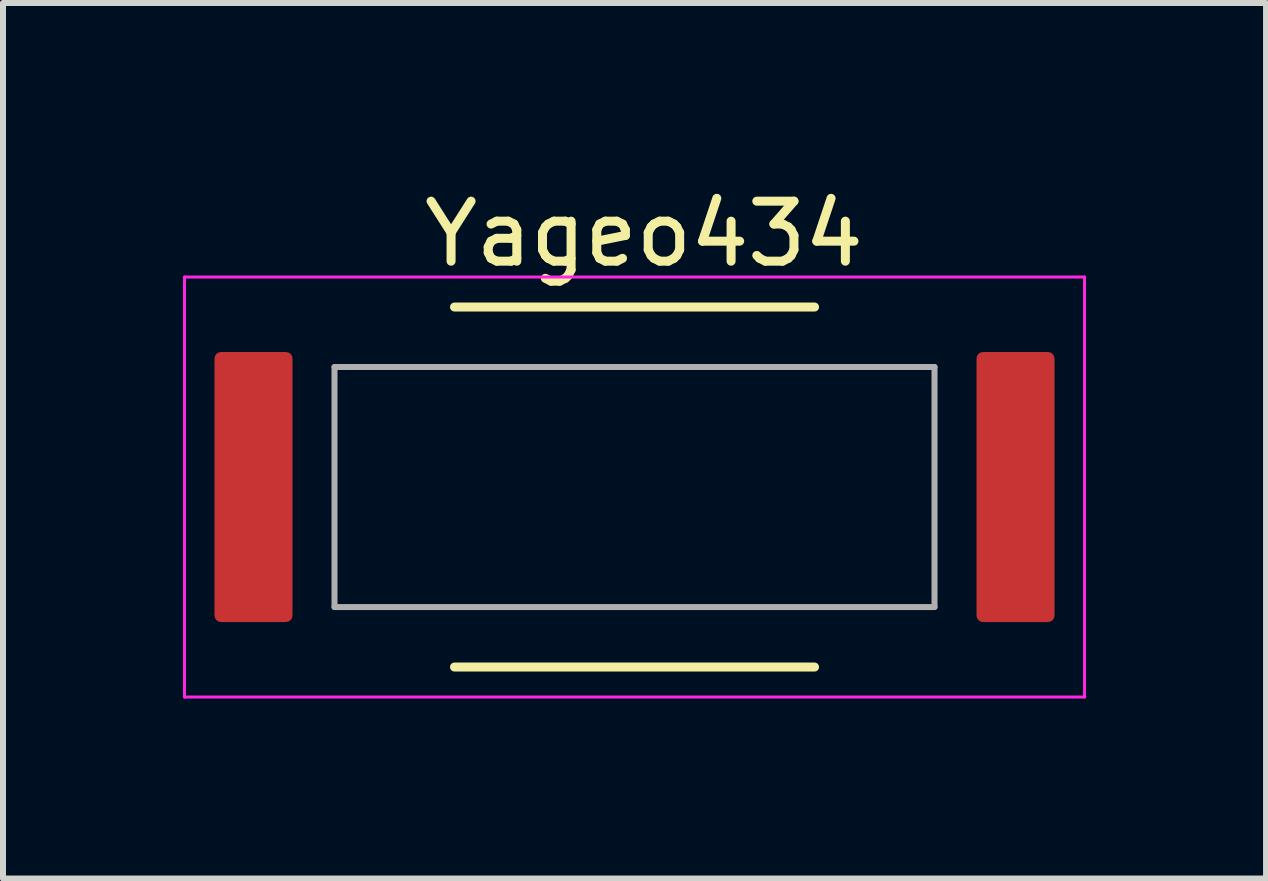
<source format=kicad_pcb>
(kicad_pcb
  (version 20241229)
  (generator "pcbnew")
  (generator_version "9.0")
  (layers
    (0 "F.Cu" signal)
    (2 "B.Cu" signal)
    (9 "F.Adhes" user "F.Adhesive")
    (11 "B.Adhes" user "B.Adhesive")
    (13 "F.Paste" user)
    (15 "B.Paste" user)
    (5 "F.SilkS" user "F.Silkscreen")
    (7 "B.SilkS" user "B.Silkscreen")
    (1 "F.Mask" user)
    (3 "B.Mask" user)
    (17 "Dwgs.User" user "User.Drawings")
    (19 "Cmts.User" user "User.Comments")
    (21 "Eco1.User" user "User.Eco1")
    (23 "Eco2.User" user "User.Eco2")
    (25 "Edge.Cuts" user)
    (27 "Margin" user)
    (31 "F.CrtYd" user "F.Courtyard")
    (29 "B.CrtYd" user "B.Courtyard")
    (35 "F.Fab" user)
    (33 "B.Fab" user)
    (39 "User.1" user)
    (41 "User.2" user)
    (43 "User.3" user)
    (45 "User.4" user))
  (footprint "Yageo434"
    (layer "F.Cu")
    (at 7.525 5.067)
    (property "Reference" "Yageo434" (at 0.157 -4.219 0) (layer "F.SilkS") (effects (font (size 1 1) (thickness 0.15))))
    (attr smd)
    (fp_line (start -3 -3) (end 3 -3) (stroke (width 0.15) (type solid)) (layer "F.SilkS"))
    (fp_line (start -3 3) (end 3 3) (stroke (width 0.15) (type solid)) (layer "F.SilkS"))
    (fp_line (start -7.5 -3.5) (end 7.5 -3.5) (stroke (width 0.05) (type solid)) (layer "F.CrtYd"))
    (fp_line (start -7.5 3.5) (end -7.5 -3.5) (stroke (width 0.05) (type solid)) (layer "F.CrtYd"))
    (fp_line (start 7.5 -3.5) (end 7.5 3.5) (stroke (width 0.05) (type solid)) (layer "F.CrtYd"))
    (fp_line (start 7.5 3.5) (end -7.5 3.5) (stroke (width 0.05) (type solid)) (layer "F.CrtYd"))
    (fp_line (start -5 -2) (end 5 -2) (stroke (width 0.1) (type solid)) (layer "F.Fab"))
    (fp_line (start -5 2) (end -5 -2) (stroke (width 0.1) (type solid)) (layer "F.Fab"))
    (fp_line (start 5 -2) (end 5 2) (stroke (width 0.1) (type solid)) (layer "F.Fab"))
    (fp_line (start 5 2) (end -5 2) (stroke (width 0.1) (type solid)) (layer "F.Fab"))
    (pad "1" smd roundrect (at -6.35 0) (size 1.3 4.5) (layers "F.Cu" "F.Mask" "F.Paste") (roundrect_rratio 0.083))
    (pad "2" smd roundrect (at 6.35 0) (size 1.3 4.5) (layers "F.Cu" "F.Mask" "F.Paste") (roundrect_rratio 0.083)))
  (gr_rect
    (start -3 -3)
    (end 18.05 11.592)
    (stroke (width 0.1) (type default))
    (fill no)
    (layer "Edge.Cuts")))
</source>
